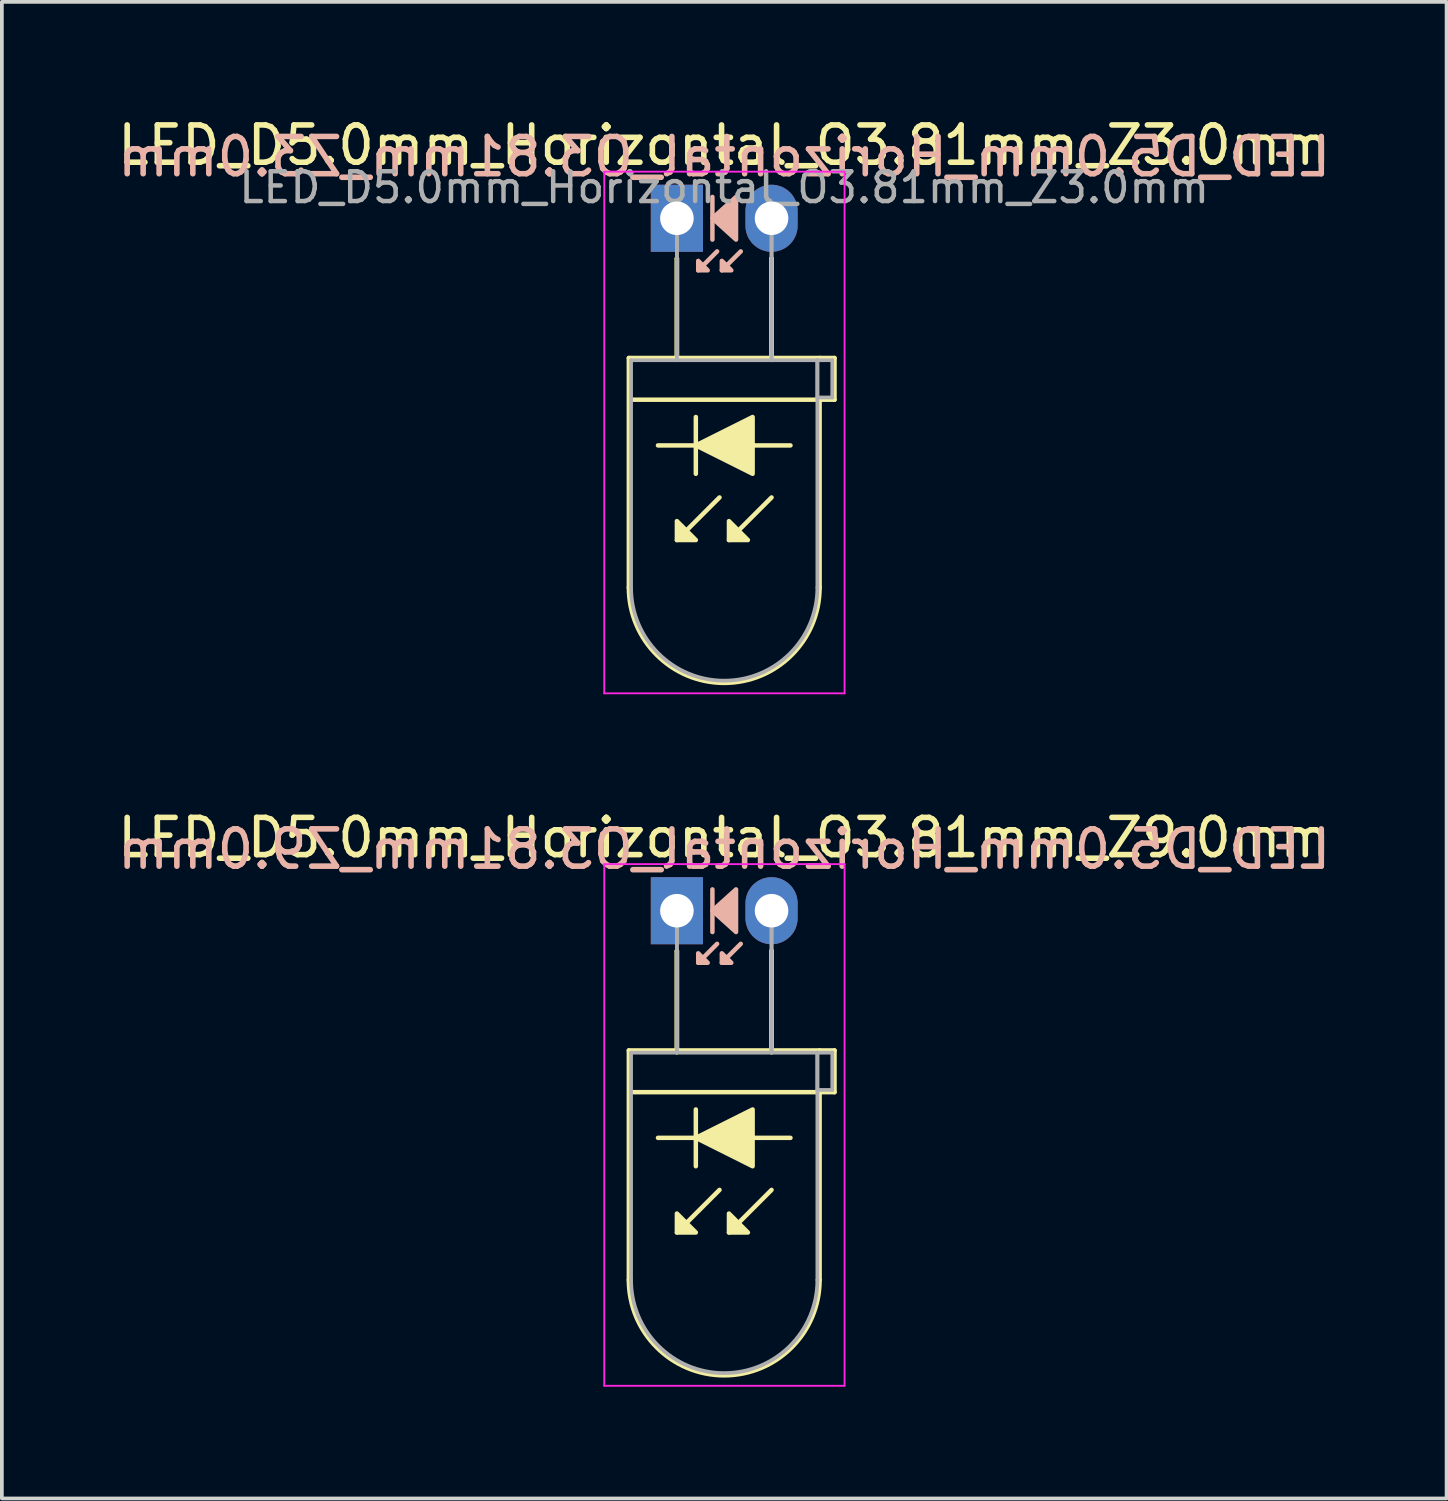
<source format=kicad_pcb>
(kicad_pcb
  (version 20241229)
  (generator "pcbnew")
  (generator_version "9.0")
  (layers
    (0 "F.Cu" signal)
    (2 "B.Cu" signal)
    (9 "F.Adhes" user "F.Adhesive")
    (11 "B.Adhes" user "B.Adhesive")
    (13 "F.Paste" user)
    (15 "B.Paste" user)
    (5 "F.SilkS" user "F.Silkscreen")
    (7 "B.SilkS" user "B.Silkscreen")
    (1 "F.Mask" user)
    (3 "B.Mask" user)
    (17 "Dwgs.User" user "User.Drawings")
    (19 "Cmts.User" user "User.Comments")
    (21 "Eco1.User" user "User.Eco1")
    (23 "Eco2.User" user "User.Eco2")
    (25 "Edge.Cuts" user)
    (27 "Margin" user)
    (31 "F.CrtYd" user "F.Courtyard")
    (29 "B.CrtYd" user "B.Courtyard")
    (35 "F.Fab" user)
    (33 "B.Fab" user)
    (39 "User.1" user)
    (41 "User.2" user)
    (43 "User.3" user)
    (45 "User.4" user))
  (footprint "LED_D5.0mm_Horizontal_O3.81mm_Z9.0mm"
    (layer "F.Cu")
    (at 15.117 21.392)
    (property "Reference" "LED_D5.0mm_Horizontal_O3.81mm_Z9.0mm" (at 1.27 -1.96 0) (layer "F.SilkS") (effects (font (size 1 1) (thickness 0.15))))
    (fp_line (start -1.29 3.75) (end -1.29 9.91) (stroke (width 0.12) (type solid)) (layer "F.SilkS"))
    (fp_line (start -1.29 3.75) (end 3.83 3.75) (stroke (width 0.12) (type solid)) (layer "F.SilkS"))
    (fp_line (start 0 1.08) (end 0 1.08) (stroke (width 0.12) (type solid)) (layer "F.SilkS"))
    (fp_line (start 0 1.08) (end 0 3.75) (stroke (width 0.12) (type solid)) (layer "F.SilkS"))
    (fp_line (start 0 3.75) (end 0 1.08) (stroke (width 0.12) (type solid)) (layer "F.SilkS"))
    (fp_line (start 0 3.75) (end 0 3.75) (stroke (width 0.12) (type solid)) (layer "F.SilkS"))
    (fp_line (start 0.508 5.334) (end 0.508 6.858) (stroke (width 0.12) (type solid)) (layer "F.SilkS"))
    (fp_line (start 0.508 6.096) (end -0.508 6.096) (stroke (width 0.12) (type solid)) (layer "F.SilkS"))
    (fp_line (start 1.143 7.493) (end 0 8.636) (stroke (width 0.12) (type solid)) (layer "F.SilkS"))
    (fp_line (start 2.54 1.08) (end 2.54 1.08) (stroke (width 0.12) (type solid)) (layer "F.SilkS"))
    (fp_line (start 2.54 1.08) (end 2.54 3.75) (stroke (width 0.12) (type solid)) (layer "F.SilkS"))
    (fp_line (start 2.54 3.75) (end 2.54 1.08) (stroke (width 0.12) (type solid)) (layer "F.SilkS"))
    (fp_line (start 2.54 3.75) (end 2.54 3.75) (stroke (width 0.12) (type solid)) (layer "F.SilkS"))
    (fp_line (start 2.54 7.493) (end 1.397 8.636) (stroke (width 0.12) (type solid)) (layer "F.SilkS"))
    (fp_line (start 3.048 6.096) (end 2.032 6.096) (stroke (width 0.12) (type solid)) (layer "F.SilkS"))
    (fp_line (start 3.83 3.75) (end 4.23 3.75) (stroke (width 0.12) (type solid)) (layer "F.SilkS"))
    (fp_line (start 3.83 4.87) (end 3.83 9.91) (stroke (width 0.12) (type solid)) (layer "F.SilkS"))
    (fp_line (start 4.23 3.75) (end 4.23 4.87) (stroke (width 0.12) (type solid)) (layer "F.SilkS"))
    (fp_line (start 4.23 4.87) (end -1.27 4.87) (stroke (width 0.12) (type solid)) (layer "F.SilkS"))
    (fp_arc (start 3.83 9.91) (mid 1.27 12.47) (end -1.29 9.91) (stroke (width 0.12) (type solid)) (layer "F.SilkS"))
    (fp_poly (pts (xy 0 8.128) (xy 0.508 8.636) (xy 0 8.636)) (stroke (width 0.12) (type solid)) (fill yes) (layer "F.SilkS"))
    (fp_poly (pts (xy 1.397 8.128) (xy 1.905 8.636) (xy 1.397 8.636)) (stroke (width 0.12) (type solid)) (fill yes) (layer "F.SilkS"))
    (fp_poly (pts (xy 2.032 6.858) (xy 0.508 6.096) (xy 2.032 5.334)) (stroke (width 0.12) (type solid)) (fill yes) (layer "F.SilkS"))
    (fp_line (start 0.953 -0.572) (end 0.953 0.572) (stroke (width 0.12) (type solid)) (layer "B.SilkS"))
    (fp_line (start 1.079 0.889) (end 0.572 1.397) (stroke (width 0.12) (type solid)) (layer "B.SilkS"))
    (fp_line (start 1.714 0.889) (end 1.206 1.397) (stroke (width 0.12) (type solid)) (layer "B.SilkS"))
    (fp_poly (pts (xy 0.572 1.143) (xy 0.826 1.397) (xy 0.572 1.397)) (stroke (width 0.12) (type solid)) (fill yes) (layer "B.SilkS"))
    (fp_poly (pts (xy 1.206 1.143) (xy 1.46 1.397) (xy 1.206 1.397)) (stroke (width 0.12) (type solid)) (fill yes) (layer "B.SilkS"))
    (fp_poly (pts (xy 1.587 0.572) (xy 0.953 0) (xy 1.587 -0.572)) (stroke (width 0.12) (type solid)) (fill yes) (layer "B.SilkS"))
    (fp_line (start -1.95 -1.25) (end -1.95 12.75) (stroke (width 0.05) (type solid)) (layer "F.CrtYd"))
    (fp_line (start -1.95 12.75) (end 4.5 12.75) (stroke (width 0.05) (type solid)) (layer "F.CrtYd"))
    (fp_line (start 4.5 -1.25) (end -1.95 -1.25) (stroke (width 0.05) (type solid)) (layer "F.CrtYd"))
    (fp_line (start 4.5 12.75) (end 4.5 -1.25) (stroke (width 0.05) (type solid)) (layer "F.CrtYd"))
    (fp_line (start -1.23 3.81) (end -1.23 9.91) (stroke (width 0.1) (type solid)) (layer "F.Fab"))
    (fp_line (start -1.23 3.81) (end 3.77 3.81) (stroke (width 0.1) (type solid)) (layer "F.Fab"))
    (fp_line (start 0 0) (end 0 0) (stroke (width 0.1) (type solid)) (layer "F.Fab"))
    (fp_line (start 0 0) (end 0 3.81) (stroke (width 0.1) (type solid)) (layer "F.Fab"))
    (fp_line (start 0 3.81) (end 0 0) (stroke (width 0.1) (type solid)) (layer "F.Fab"))
    (fp_line (start 0 3.81) (end 0 3.81) (stroke (width 0.1) (type solid)) (layer "F.Fab"))
    (fp_line (start 2.54 0) (end 2.54 0) (stroke (width 0.1) (type solid)) (layer "F.Fab"))
    (fp_line (start 2.54 0) (end 2.54 3.81) (stroke (width 0.1) (type solid)) (layer "F.Fab"))
    (fp_line (start 2.54 3.81) (end 2.54 0) (stroke (width 0.1) (type solid)) (layer "F.Fab"))
    (fp_line (start 2.54 3.81) (end 2.54 3.81) (stroke (width 0.1) (type solid)) (layer "F.Fab"))
    (fp_line (start 3.77 3.81) (end 3.77 9.91) (stroke (width 0.1) (type solid)) (layer "F.Fab"))
    (fp_line (start 3.77 3.81) (end 4.17 3.81) (stroke (width 0.1) (type solid)) (layer "F.Fab"))
    (fp_line (start 3.77 4.81) (end 3.77 3.81) (stroke (width 0.1) (type solid)) (layer "F.Fab"))
    (fp_line (start 4.17 3.81) (end 4.17 4.81) (stroke (width 0.1) (type solid)) (layer "F.Fab"))
    (fp_line (start 4.17 4.81) (end 3.77 4.81) (stroke (width 0.1) (type solid)) (layer "F.Fab"))
    (fp_arc (start 3.77 9.91) (mid 1.27 12.41) (end -1.23 9.91) (stroke (width 0.1) (type solid)) (layer "F.Fab"))
    (fp_text user "${REFERENCE}" (at 1.27 -1.651 0) (layer "B.SilkS") (effects (font (size 1 1) (thickness 0.15)) (justify mirror)))
    (pad "1" thru_hole rect (at 0 0) (size 1.4 1.8) (drill 0.9) (layers "*.Cu" "*.Mask"))
    (pad "2" thru_hole oval (at 2.54 0) (size 1.4 1.8) (drill 0.9) (layers "*.Cu" "*.Mask")))
  (footprint "LED_D5.0mm_Horizontal_O3.81mm_Z3.0mm"
    (layer "F.Cu")
    (at 15.117 2.808)
    (property "Reference" "LED_D5.0mm_Horizontal_O3.81mm_Z3.0mm" (at 1.27 -1.96 0) (layer "F.SilkS") (effects (font (size 1 1) (thickness 0.15))))
    (fp_line (start -1.29 3.75) (end -1.29 9.91) (stroke (width 0.12) (type solid)) (layer "F.SilkS"))
    (fp_line (start -1.29 3.75) (end 3.83 3.75) (stroke (width 0.12) (type solid)) (layer "F.SilkS"))
    (fp_line (start 0 1.08) (end 0 1.08) (stroke (width 0.12) (type solid)) (layer "F.SilkS"))
    (fp_line (start 0 1.08) (end 0 3.75) (stroke (width 0.12) (type solid)) (layer "F.SilkS"))
    (fp_line (start 0 3.75) (end 0 1.08) (stroke (width 0.12) (type solid)) (layer "F.SilkS"))
    (fp_line (start 0 3.75) (end 0 3.75) (stroke (width 0.12) (type solid)) (layer "F.SilkS"))
    (fp_line (start 0.508 5.334) (end 0.508 6.858) (stroke (width 0.12) (type solid)) (layer "F.SilkS"))
    (fp_line (start 0.508 6.096) (end -0.508 6.096) (stroke (width 0.12) (type solid)) (layer "F.SilkS"))
    (fp_line (start 1.143 7.493) (end 0 8.636) (stroke (width 0.12) (type solid)) (layer "F.SilkS"))
    (fp_line (start 2.54 1.08) (end 2.54 1.08) (stroke (width 0.12) (type solid)) (layer "F.SilkS"))
    (fp_line (start 2.54 1.08) (end 2.54 3.75) (stroke (width 0.12) (type solid)) (layer "F.SilkS"))
    (fp_line (start 2.54 3.75) (end 2.54 1.08) (stroke (width 0.12) (type solid)) (layer "F.SilkS"))
    (fp_line (start 2.54 3.75) (end 2.54 3.75) (stroke (width 0.12) (type solid)) (layer "F.SilkS"))
    (fp_line (start 2.54 7.493) (end 1.397 8.636) (stroke (width 0.12) (type solid)) (layer "F.SilkS"))
    (fp_line (start 3.048 6.096) (end 2.032 6.096) (stroke (width 0.12) (type solid)) (layer "F.SilkS"))
    (fp_line (start 3.83 3.75) (end 4.23 3.75) (stroke (width 0.12) (type solid)) (layer "F.SilkS"))
    (fp_line (start 3.83 4.87) (end 3.83 9.91) (stroke (width 0.12) (type solid)) (layer "F.SilkS"))
    (fp_line (start 4.23 3.75) (end 4.23 4.87) (stroke (width 0.12) (type solid)) (layer "F.SilkS"))
    (fp_line (start 4.23 4.87) (end -1.27 4.87) (stroke (width 0.12) (type solid)) (layer "F.SilkS"))
    (fp_arc (start 3.83 9.91) (mid 1.27 12.47) (end -1.29 9.91) (stroke (width 0.12) (type solid)) (layer "F.SilkS"))
    (fp_poly (pts (xy 0 8.128) (xy 0.508 8.636) (xy 0 8.636)) (stroke (width 0.12) (type solid)) (fill yes) (layer "F.SilkS"))
    (fp_poly (pts (xy 1.397 8.128) (xy 1.905 8.636) (xy 1.397 8.636)) (stroke (width 0.12) (type solid)) (fill yes) (layer "F.SilkS"))
    (fp_poly (pts (xy 2.032 6.858) (xy 0.508 6.096) (xy 2.032 5.334)) (stroke (width 0.12) (type solid)) (fill yes) (layer "F.SilkS"))
    (fp_line (start 0.953 -0.572) (end 0.953 0.572) (stroke (width 0.12) (type solid)) (layer "B.SilkS"))
    (fp_line (start 1.079 0.889) (end 0.572 1.397) (stroke (width 0.12) (type solid)) (layer "B.SilkS"))
    (fp_line (start 1.714 0.889) (end 1.206 1.397) (stroke (width 0.12) (type solid)) (layer "B.SilkS"))
    (fp_poly (pts (xy 0.572 1.143) (xy 0.826 1.397) (xy 0.572 1.397)) (stroke (width 0.12) (type solid)) (fill yes) (layer "B.SilkS"))
    (fp_poly (pts (xy 1.206 1.143) (xy 1.46 1.397) (xy 1.206 1.397)) (stroke (width 0.12) (type solid)) (fill yes) (layer "B.SilkS"))
    (fp_poly (pts (xy 1.587 0.572) (xy 0.953 0) (xy 1.587 -0.572)) (stroke (width 0.12) (type solid)) (fill yes) (layer "B.SilkS"))
    (fp_line (start -1.95 -1.25) (end -1.95 12.75) (stroke (width 0.05) (type solid)) (layer "F.CrtYd"))
    (fp_line (start -1.95 12.75) (end 4.5 12.75) (stroke (width 0.05) (type solid)) (layer "F.CrtYd"))
    (fp_line (start 4.5 -1.25) (end -1.95 -1.25) (stroke (width 0.05) (type solid)) (layer "F.CrtYd"))
    (fp_line (start 4.5 12.75) (end 4.5 -1.25) (stroke (width 0.05) (type solid)) (layer "F.CrtYd"))
    (fp_line (start -1.23 3.81) (end -1.23 9.91) (stroke (width 0.1) (type solid)) (layer "F.Fab"))
    (fp_line (start -1.23 3.81) (end 3.77 3.81) (stroke (width 0.1) (type solid)) (layer "F.Fab"))
    (fp_line (start 0 0) (end 0 0) (stroke (width 0.1) (type solid)) (layer "F.Fab"))
    (fp_line (start 0 0) (end 0 3.81) (stroke (width 0.1) (type solid)) (layer "F.Fab"))
    (fp_line (start 0 3.81) (end 0 0) (stroke (width 0.1) (type solid)) (layer "F.Fab"))
    (fp_line (start 0 3.81) (end 0 3.81) (stroke (width 0.1) (type solid)) (layer "F.Fab"))
    (fp_line (start 2.54 0) (end 2.54 0) (stroke (width 0.1) (type solid)) (layer "F.Fab"))
    (fp_line (start 2.54 0) (end 2.54 3.81) (stroke (width 0.1) (type solid)) (layer "F.Fab"))
    (fp_line (start 2.54 3.81) (end 2.54 0) (stroke (width 0.1) (type solid)) (layer "F.Fab"))
    (fp_line (start 2.54 3.81) (end 2.54 3.81) (stroke (width 0.1) (type solid)) (layer "F.Fab"))
    (fp_line (start 3.77 3.81) (end 3.77 9.91) (stroke (width 0.1) (type solid)) (layer "F.Fab"))
    (fp_line (start 3.77 3.81) (end 4.17 3.81) (stroke (width 0.1) (type solid)) (layer "F.Fab"))
    (fp_line (start 3.77 4.81) (end 3.77 3.81) (stroke (width 0.1) (type solid)) (layer "F.Fab"))
    (fp_line (start 4.17 3.81) (end 4.17 4.81) (stroke (width 0.1) (type solid)) (layer "F.Fab"))
    (fp_line (start 4.17 4.81) (end 3.77 4.81) (stroke (width 0.1) (type solid)) (layer "F.Fab"))
    (fp_arc (start 3.77 9.91) (mid 1.27 12.41) (end -1.23 9.91) (stroke (width 0.1) (type solid)) (layer "F.Fab"))
    (fp_text user "${REFERENCE}" (at 1.27 -1.651 0) (layer "B.SilkS") (effects (font (size 1 1) (thickness 0.15)) (justify mirror)))
    (fp_text user "${REFERENCE}" (at 1.27 -0.826 0) (layer "F.Fab") (effects (font (size 0.8 0.8) (thickness 0.12))))
    (pad "1" thru_hole rect (at 0 0) (size 1.4 1.8) (drill 0.9) (layers "*.Cu" "*.Mask"))
    (pad "2" thru_hole oval (at 2.54 0) (size 1.4 1.8) (drill 0.9) (layers "*.Cu" "*.Mask")))
  (gr_rect
    (start -3 -3)
    (end 35.774 37.166)
    (stroke (width 0.1) (type default))
    (fill no)
    (layer "Edge.Cuts")))
</source>
